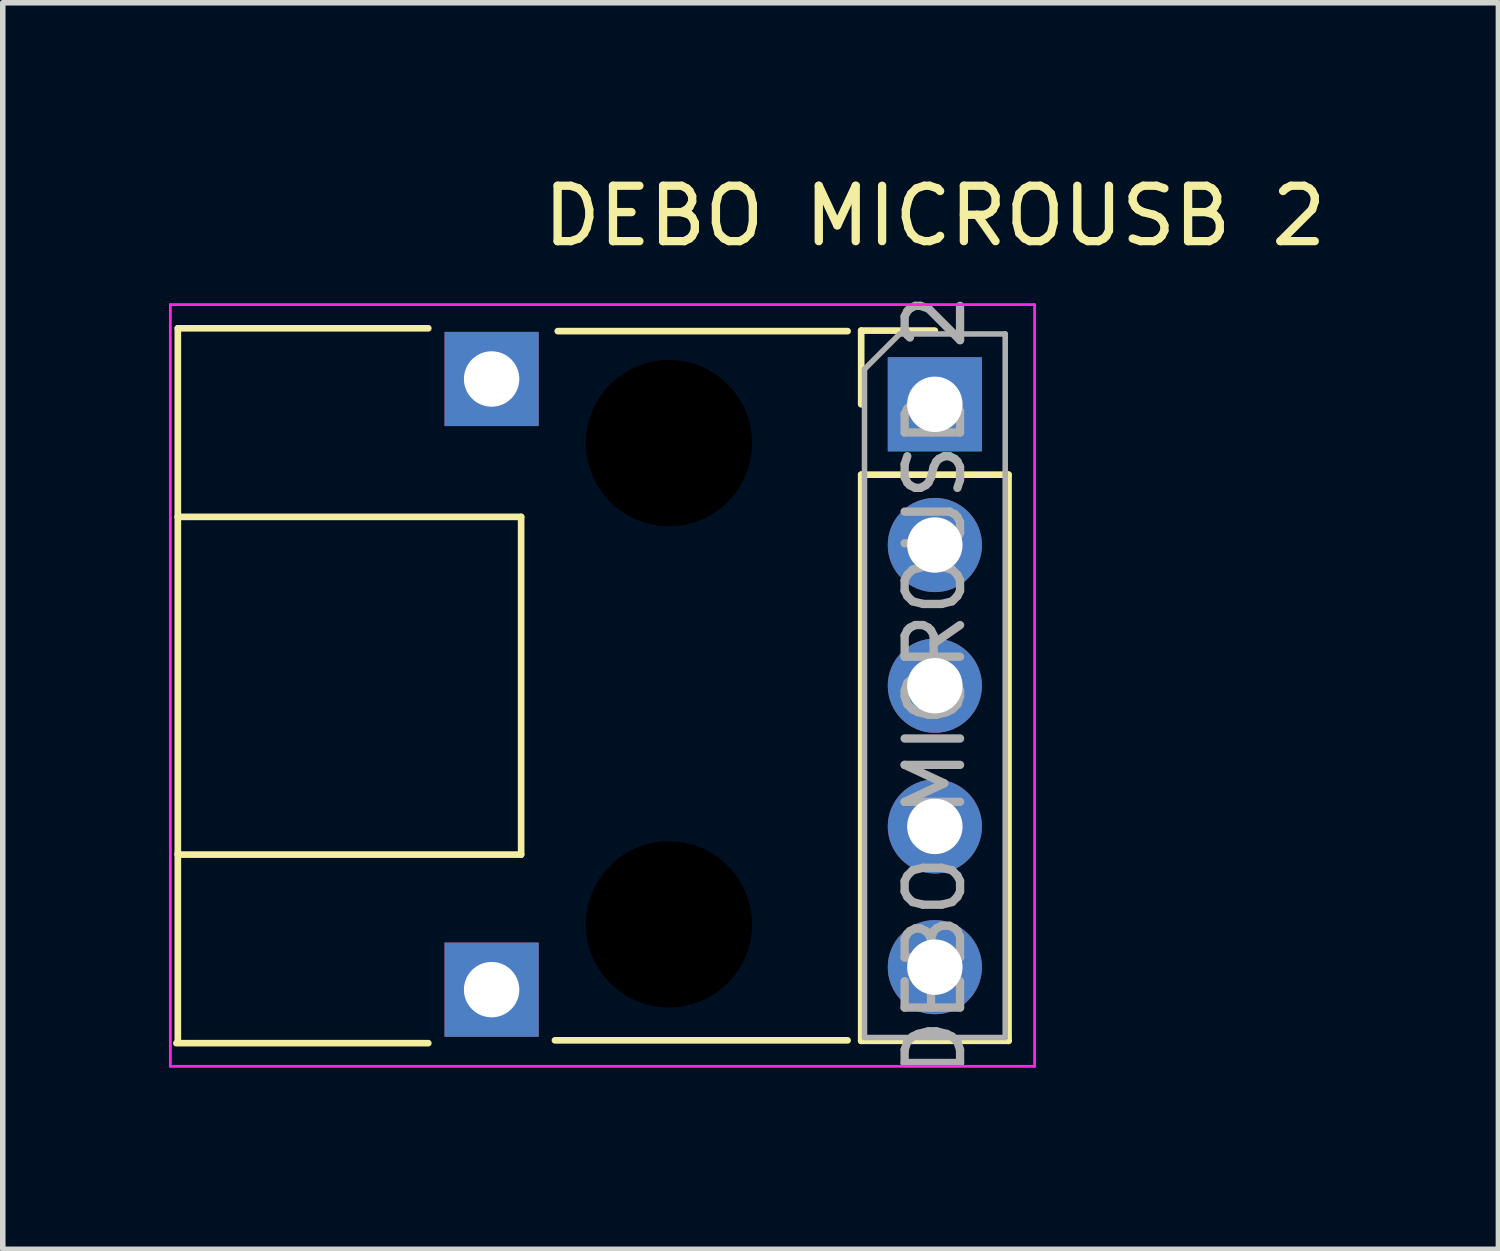
<source format=kicad_pcb>
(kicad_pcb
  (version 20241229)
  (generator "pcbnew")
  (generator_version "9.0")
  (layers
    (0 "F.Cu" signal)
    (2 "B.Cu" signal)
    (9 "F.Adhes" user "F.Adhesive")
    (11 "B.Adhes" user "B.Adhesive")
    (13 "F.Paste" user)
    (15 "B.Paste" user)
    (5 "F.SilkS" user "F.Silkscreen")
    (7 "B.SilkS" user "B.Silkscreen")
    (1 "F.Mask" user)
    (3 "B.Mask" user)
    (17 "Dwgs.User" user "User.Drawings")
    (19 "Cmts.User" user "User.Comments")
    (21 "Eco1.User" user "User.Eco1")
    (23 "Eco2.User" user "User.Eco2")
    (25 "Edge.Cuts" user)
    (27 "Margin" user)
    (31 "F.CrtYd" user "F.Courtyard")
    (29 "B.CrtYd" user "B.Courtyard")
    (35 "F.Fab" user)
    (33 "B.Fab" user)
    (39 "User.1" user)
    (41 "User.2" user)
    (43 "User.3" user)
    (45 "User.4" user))
  (footprint "DEBO MICROUSB 2"
    (layer "F.Cu")
    (at 13.825 4.248)
    (property "Reference" "DEBO MICROUSB 2" (at 0 -3.4 0) (layer "F.SilkS") (effects (font (size 1 1) (thickness 0.15))))
    (attr through_hole)
    (fp_line (start -13.665 -1.372) (end -13.665 2.032) (stroke (width 0.12) (type solid)) (layer "F.SilkS"))
    (fp_line (start -13.665 2.032) (end -7.468 2.032) (stroke (width 0.12) (type solid)) (layer "F.SilkS"))
    (fp_line (start -13.665 8.103) (end -13.665 11.506) (stroke (width 0.12) (type solid)) (layer "F.SilkS"))
    (fp_line (start -13.665 8.128) (end -13.665 2.032) (stroke (width 0.12) (type solid)) (layer "F.SilkS"))
    (fp_line (start -9.144 -1.372) (end -13.665 -1.372) (stroke (width 0.12) (type solid)) (layer "F.SilkS"))
    (fp_line (start -9.144 11.532) (end -13.691 11.532) (stroke (width 0.12) (type solid)) (layer "F.SilkS"))
    (fp_line (start -7.468 2.032) (end -7.468 8.128) (stroke (width 0.12) (type solid)) (layer "F.SilkS"))
    (fp_line (start -7.468 8.128) (end -13.665 8.128) (stroke (width 0.12) (type solid)) (layer "F.SilkS"))
    (fp_line (start -1.575 -1.321) (end -6.807 -1.321) (stroke (width 0.12) (type solid)) (layer "F.SilkS"))
    (fp_line (start -1.575 11.481) (end -6.858 11.481) (stroke (width 0.12) (type solid)) (layer "F.SilkS"))
    (fp_line (start -1.33 -1.33) (end 0 -1.33) (stroke (width 0.12) (type solid)) (layer "F.SilkS"))
    (fp_line (start -1.33 0) (end -1.33 -1.33) (stroke (width 0.12) (type solid)) (layer "F.SilkS"))
    (fp_line (start -1.33 1.27) (end -1.33 11.49) (stroke (width 0.12) (type solid)) (layer "F.SilkS"))
    (fp_line (start -1.33 1.27) (end 1.33 1.27) (stroke (width 0.12) (type solid)) (layer "F.SilkS"))
    (fp_line (start -1.33 11.49) (end 1.33 11.49) (stroke (width 0.12) (type solid)) (layer "F.SilkS"))
    (fp_line (start 1.33 1.27) (end 1.33 11.49) (stroke (width 0.12) (type solid)) (layer "F.SilkS"))
    (fp_line (start -13.8 -1.8) (end -13.8 11.95) (stroke (width 0.05) (type solid)) (layer "F.CrtYd"))
    (fp_line (start -13.8 11.95) (end 1.8 11.95) (stroke (width 0.05) (type solid)) (layer "F.CrtYd"))
    (fp_line (start 1.8 -1.8) (end -13.8 -1.8) (stroke (width 0.05) (type solid)) (layer "F.CrtYd"))
    (fp_line (start 1.8 11.95) (end 1.8 -1.8) (stroke (width 0.05) (type solid)) (layer "F.CrtYd"))
    (fp_line (start -1.27 -0.635) (end -0.635 -1.27) (stroke (width 0.1) (type solid)) (layer "F.Fab"))
    (fp_line (start -1.27 11.43) (end -1.27 -0.635) (stroke (width 0.1) (type solid)) (layer "F.Fab"))
    (fp_line (start -0.635 -1.27) (end 1.27 -1.27) (stroke (width 0.1) (type solid)) (layer "F.Fab"))
    (fp_line (start 1.27 -1.27) (end 1.27 11.43) (stroke (width 0.1) (type solid)) (layer "F.Fab"))
    (fp_line (start 1.27 11.43) (end -1.27 11.43) (stroke (width 0.1) (type solid)) (layer "F.Fab"))
    (fp_text user "${REFERENCE}" (at 0 5.08 90) (layer "F.Fab") (effects (font (size 1 1) (thickness 0.15))))
    (pad "" np_thru_hole circle (at -4.8 0.701) (size 3 3) (drill 3) (layers "*.Mask"))
    (pad "" np_thru_hole circle (at -4.8 9.388) (size 3 3) (drill 3) (layers "*.Mask"))
    (pad "1" thru_hole rect (at 0 0) (size 1.7 1.7) (drill 1) (layers "*.Cu" "*.Mask"))
    (pad "2" thru_hole oval (at 0 2.54) (size 1.7 1.7) (drill 1) (layers "*.Cu" "*.Mask"))
    (pad "3" thru_hole oval (at 0 5.08) (size 1.7 1.7) (drill 1) (layers "*.Cu" "*.Mask"))
    (pad "4" thru_hole oval (at 0 7.62) (size 1.7 1.7) (drill 1) (layers "*.Cu" "*.Mask"))
    (pad "5" thru_hole oval (at 0 10.16) (size 1.7 1.7) (drill 1) (layers "*.Cu" "*.Mask"))
    (pad "6" thru_hole rect (at -8.001 -0.457) (size 1.7 1.7) (drill 1) (layers "*.Cu" "*.Mask"))
    (pad "7" thru_hole rect (at -8.001 10.566) (size 1.7 1.7) (drill 1) (layers "*.Cu" "*.Mask")))
  (gr_rect
    (start -3 -3)
    (end 23.998 19.501)
    (stroke (width 0.1) (type default))
    (fill no)
    (layer "Edge.Cuts")))
</source>
